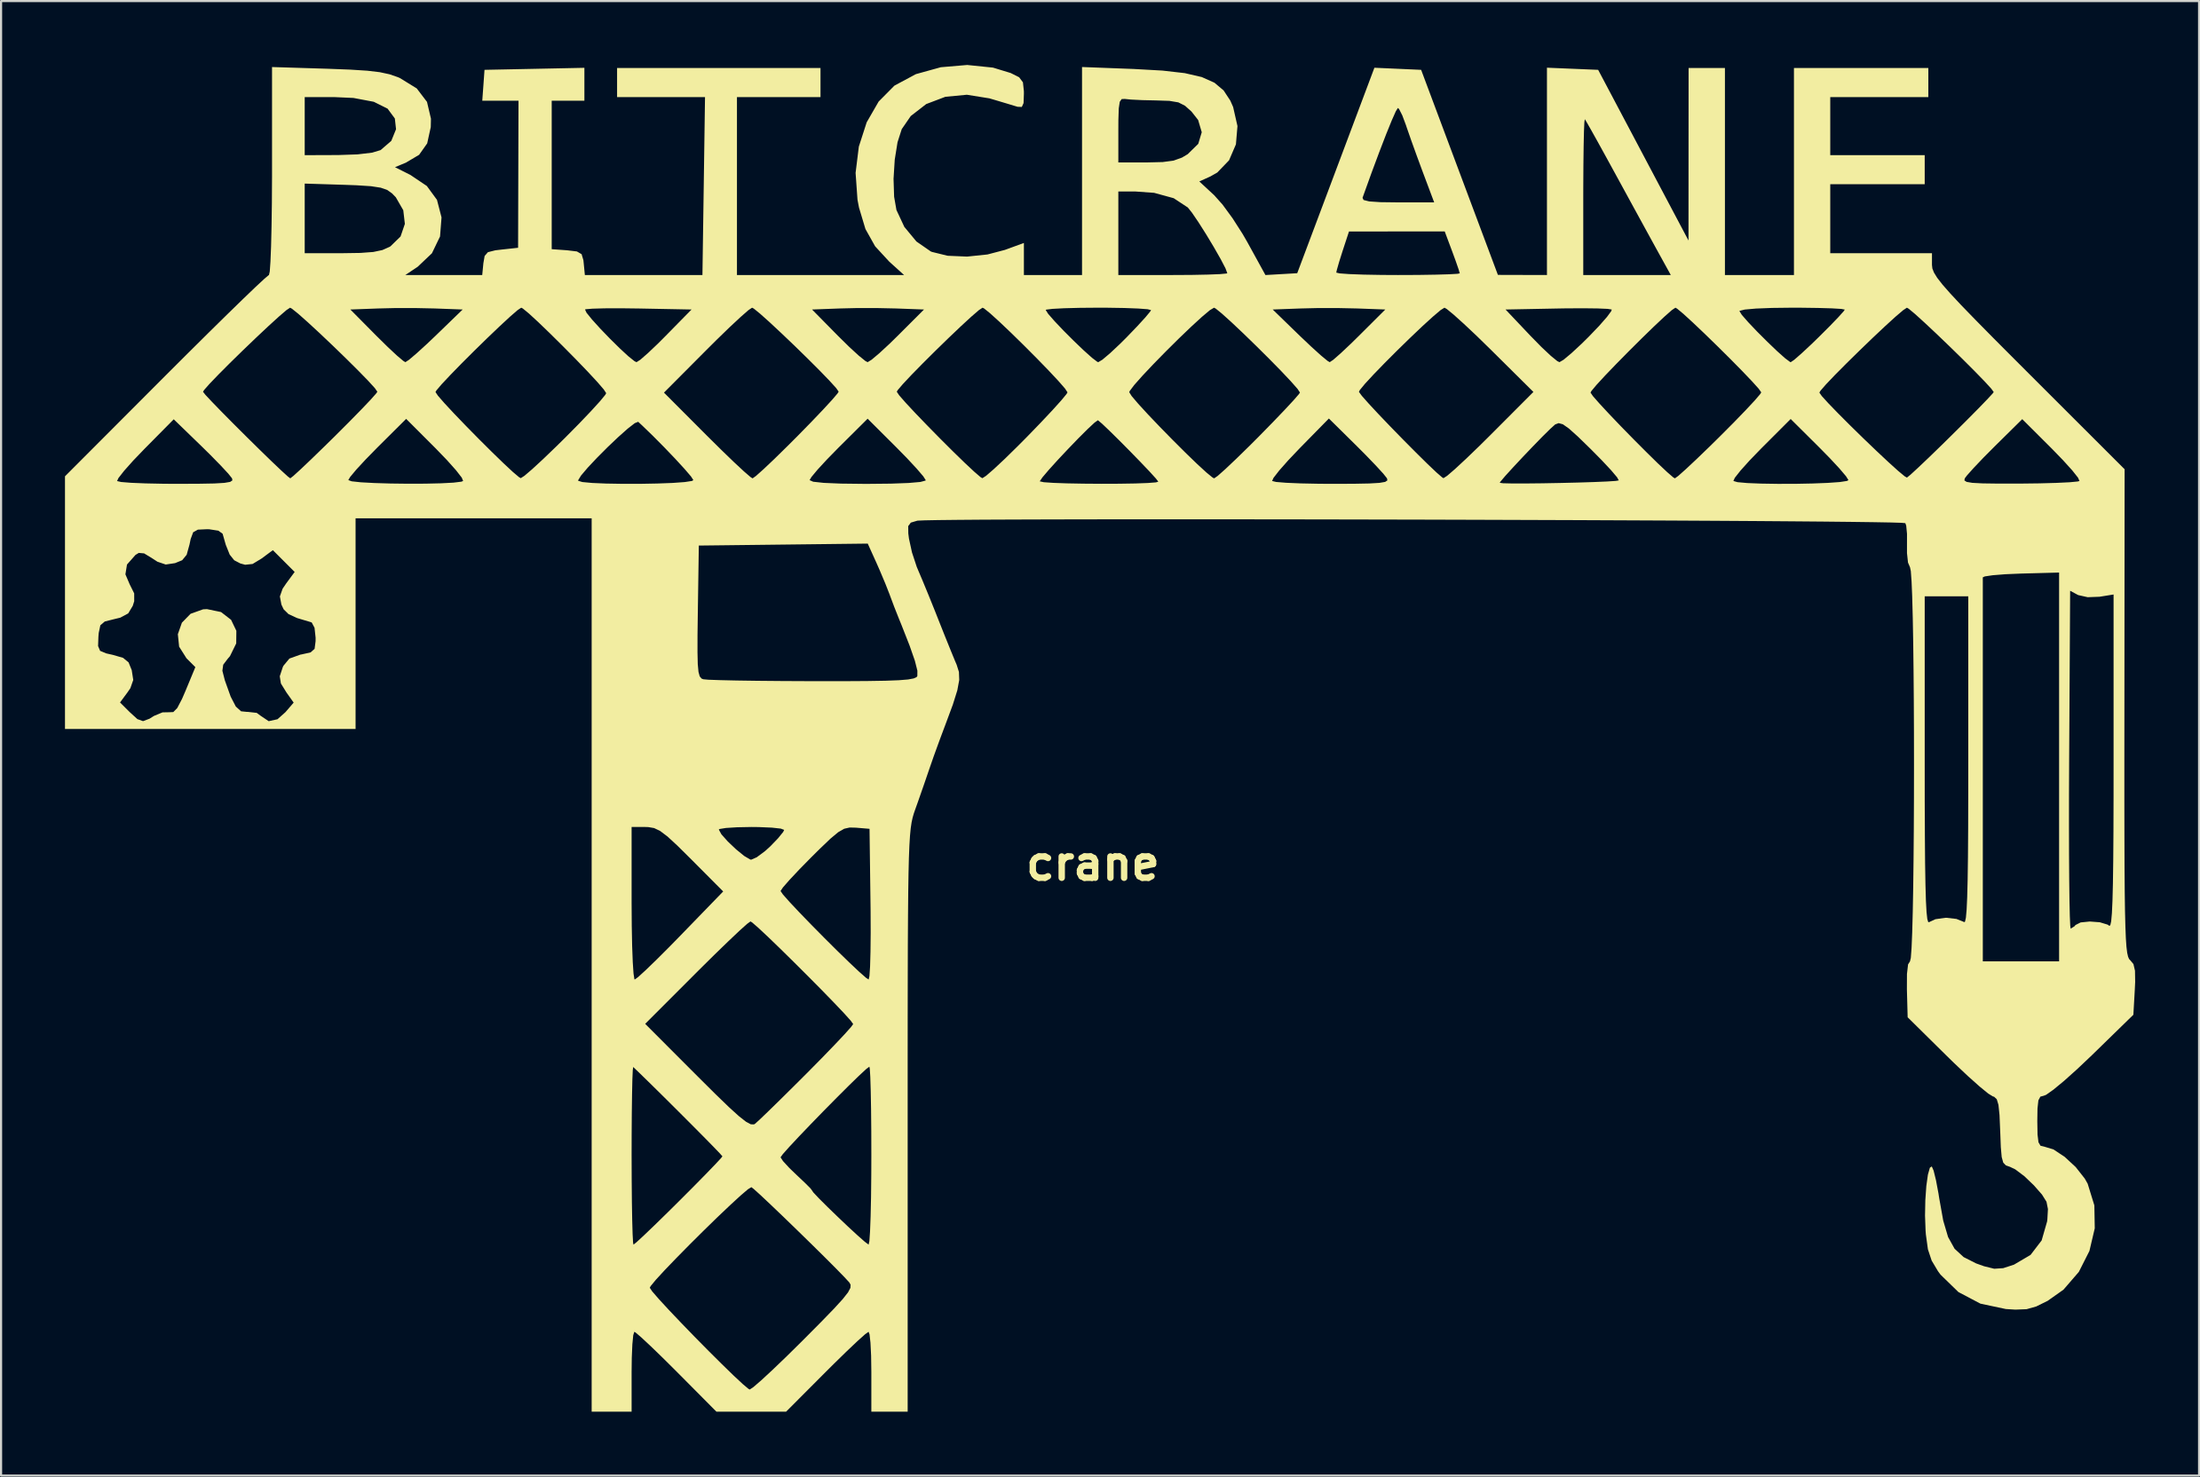
<source format=kicad_pcb>
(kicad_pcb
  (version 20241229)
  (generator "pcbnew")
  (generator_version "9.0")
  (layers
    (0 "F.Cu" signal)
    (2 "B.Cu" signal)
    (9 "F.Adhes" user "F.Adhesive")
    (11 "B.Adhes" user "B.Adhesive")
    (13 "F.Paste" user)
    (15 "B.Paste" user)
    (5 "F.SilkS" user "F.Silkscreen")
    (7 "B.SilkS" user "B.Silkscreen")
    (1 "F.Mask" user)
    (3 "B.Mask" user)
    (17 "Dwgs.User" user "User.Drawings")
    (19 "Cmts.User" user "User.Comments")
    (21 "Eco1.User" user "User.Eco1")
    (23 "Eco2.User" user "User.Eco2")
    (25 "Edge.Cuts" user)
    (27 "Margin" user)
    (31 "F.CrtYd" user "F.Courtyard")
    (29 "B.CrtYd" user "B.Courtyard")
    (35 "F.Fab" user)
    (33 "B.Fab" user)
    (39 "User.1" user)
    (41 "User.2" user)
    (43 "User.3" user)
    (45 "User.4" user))
  (footprint "crane"
    (layer "F.Cu")
    (at 48.243 37.476)
    (property "Reference" "crane" (at 0 0 0) (layer "F.SilkS") (effects (font (size 1.5 1.5) (thickness 0.3))))
    (attr board_only exclude_from_pos_files exclude_from_bom)
    (fp_poly (pts (xy -4.69 -37.352) (xy -3.858 -37.098) (xy -3.462 -36.899) (xy -3.284 -36.661) (xy -3.24 -36.247) (xy -3.239 -36.128) (xy -3.255 -35.686) (xy -3.337 -35.506) (xy -3.535 -35.513) (xy -3.622 -35.539) (xy -4.011 -35.657) (xy -4.563 -35.822) (xy -4.858 -35.909) (xy -5.916 -36.078) (xy -6.925 -35.982) (xy -7.824 -35.641) (xy -8.549 -35.079) (xy -8.973 -34.463) (xy -9.17 -33.848) (xy -9.301 -33.028) (xy -9.357 -32.132) (xy -9.33 -31.29) (xy -9.221 -30.668) (xy -8.849 -29.873) (xy -8.282 -29.189) (xy -7.614 -28.726) (xy -7.557 -28.701) (xy -6.819 -28.52) (xy -5.905 -28.481) (xy -4.947 -28.581) (xy -4.131 -28.795) (xy -3.239 -29.121) (xy -3.239 -28.369) (xy -3.239 -27.616) (xy -1.875 -27.616) (xy -0.511 -27.616) (xy -0.511 -31.537) (xy 1.193 -31.537) (xy 1.193 -29.577) (xy 1.193 -27.616) (xy 3.75 -27.616) (xy 4.64 -27.621) (xy 5.395 -27.636) (xy 5.957 -27.658) (xy 6.266 -27.686) (xy 6.307 -27.701) (xy 6.221 -27.931) (xy 5.995 -28.365) (xy 5.676 -28.924) (xy 5.314 -29.526) (xy 4.955 -30.092) (xy 4.648 -30.543) (xy 4.454 -30.786) (xy 3.791 -31.222) (xy 2.872 -31.474) (xy 2.003 -31.536) (xy 1.193 -31.537) (xy -0.511 -31.537) (xy -0.511 -32.498) (xy -0.511 -32.901) (xy 1.193 -32.901) (xy 2.532 -32.901) (xy 3.275 -32.919) (xy 3.789 -32.988) (xy 4.18 -33.129) (xy 4.45 -33.29) (xy 4.944 -33.774) (xy 5.108 -34.319) (xy 4.938 -34.894) (xy 4.627 -35.289) (xy 4.318 -35.565) (xy 4.01 -35.72) (xy 3.59 -35.791) (xy 2.954 -35.812) (xy 2.316 -35.826) (xy 1.786 -35.852) (xy 1.492 -35.882) (xy 1.349 -35.875) (xy 1.26 -35.748) (xy 1.213 -35.438) (xy 1.195 -34.885) (xy 1.193 -34.42) (xy 1.193 -32.901) (xy -0.511 -32.901) (xy -0.511 -37.38) (xy 1.918 -37.288) (xy 3.262 -37.213) (xy 4.311 -37.093) (xy 5.109 -36.909) (xy 5.702 -36.644) (xy 6.133 -36.282) (xy 6.447 -35.805) (xy 6.581 -35.502) (xy 6.784 -34.608) (xy 6.712 -33.75) (xy 6.389 -33) (xy 5.838 -32.428) (xy 5.511 -32.242) (xy 4.994 -32.009) (xy 5.693 -31.36) (xy 6.084 -30.922) (xy 6.552 -30.283) (xy 7.022 -29.55) (xy 7.245 -29.164) (xy 8.097 -27.615) (xy 8.843 -27.658) (xy 9.589 -27.701) (xy 9.599 -27.729) (xy 11.421 -27.729) (xy 11.583 -27.692) (xy 12.03 -27.66) (xy 12.707 -27.635) (xy 13.558 -27.62) (xy 14.319 -27.616) (xy 15.27 -27.62) (xy 16.09 -27.633) (xy 16.724 -27.651) (xy 17.115 -27.674) (xy 17.217 -27.695) (xy 17.162 -27.884) (xy 17.019 -28.295) (xy 16.864 -28.718) (xy 16.511 -29.662) (xy 14.265 -29.661) (xy 12.018 -29.659) (xy 11.72 -28.751) (xy 11.556 -28.233) (xy 11.448 -27.855) (xy 11.421 -27.729) (xy 9.599 -27.729) (xy 10.918 -31.239) (xy 12.654 -31.239) (xy 12.704 -31.137) (xy 12.968 -31.071) (xy 13.489 -31.036) (xy 14.297 -31.026) (xy 16.016 -31.026) (xy 15.488 -32.432) (xy 15.207 -33.193) (xy 14.936 -33.944) (xy 14.726 -34.547) (xy 14.693 -34.648) (xy 14.519 -35.112) (xy 14.37 -35.405) (xy 14.313 -35.458) (xy 14.217 -35.305) (xy 14.027 -34.877) (xy 13.761 -34.222) (xy 13.439 -33.386) (xy 13.078 -32.418) (xy 12.698 -31.363) (xy 12.654 -31.239) (xy 10.918 -31.239) (xy 11.4 -32.523) (xy 13.211 -37.346) (xy 14.307 -37.297) (xy 15.404 -37.248) (xy 17.205 -32.435) (xy 19.007 -27.622) (xy 20.158 -27.619) (xy 21.309 -27.616) (xy 23.013 -27.616) (xy 25.067 -27.616) (xy 27.121 -27.616) (xy 26.533 -28.682) (xy 26.247 -29.202) (xy 25.841 -29.943) (xy 25.359 -30.824) (xy 24.845 -31.766) (xy 24.552 -32.302) (xy 24.09 -33.146) (xy 23.685 -33.881) (xy 23.363 -34.457) (xy 23.154 -34.823) (xy 23.086 -34.93) (xy 23.065 -34.79) (xy 23.046 -34.356) (xy 23.031 -33.677) (xy 23.02 -32.801) (xy 23.014 -31.774) (xy 23.013 -31.31) (xy 23.013 -27.616) (xy 21.309 -27.616) (xy 21.309 -32.482) (xy 21.309 -37.348) (xy 22.51 -37.298) (xy 23.712 -37.248) (xy 24.749 -35.287) (xy 25.266 -34.311) (xy 25.861 -33.186) (xy 26.453 -32.067) (xy 26.869 -31.281) (xy 27.952 -29.236) (xy 27.954 -33.284) (xy 27.957 -37.333) (xy 28.809 -37.333) (xy 29.662 -37.333) (xy 29.662 -32.474) (xy 29.662 -27.616) (xy 31.281 -27.616) (xy 32.901 -27.616) (xy 32.901 -32.474) (xy 32.901 -37.333) (xy 36.054 -37.333) (xy 39.208 -37.333) (xy 39.208 -36.651) (xy 39.208 -35.969) (xy 36.907 -35.969) (xy 34.605 -35.969) (xy 34.605 -34.605) (xy 34.605 -33.242) (xy 36.821 -33.242) (xy 39.038 -33.242) (xy 39.038 -32.56) (xy 39.038 -31.878) (xy 36.821 -31.878) (xy 34.605 -31.878) (xy 34.605 -30.258) (xy 34.605 -28.639) (xy 36.992 -28.639) (xy 39.379 -28.639) (xy 39.379 -28.085) (xy 39.398 -27.922) (xy 39.472 -27.732) (xy 39.621 -27.49) (xy 39.869 -27.171) (xy 40.238 -26.75) (xy 40.751 -26.201) (xy 41.431 -25.5) (xy 42.298 -24.62) (xy 43.377 -23.538) (xy 43.9 -23.015) (xy 48.42 -18.499) (xy 48.41 -7.079) (xy 48.408 -4.816) (xy 48.408 -2.869) (xy 48.411 -1.216) (xy 48.416 0.17) (xy 48.425 1.311) (xy 48.438 2.232) (xy 48.456 2.958) (xy 48.478 3.512) (xy 48.506 3.918) (xy 48.541 4.201) (xy 48.583 4.385) (xy 48.631 4.494) (xy 48.682 4.548) (xy 48.834 4.729) (xy 48.907 5.042) (xy 48.915 5.568) (xy 48.898 5.932) (xy 48.831 7.109) (xy 46.882 9.01) (xy 46.199 9.657) (xy 45.582 10.21) (xy 45.077 10.627) (xy 44.735 10.868) (xy 44.627 10.91) (xy 44.466 10.953) (xy 44.373 11.129) (xy 44.331 11.51) (xy 44.322 12.103) (xy 44.333 12.734) (xy 44.377 13.095) (xy 44.473 13.258) (xy 44.638 13.297) (xy 45.077 13.429) (xy 45.603 13.776) (xy 46.125 14.259) (xy 46.551 14.801) (xy 46.686 15.04) (xy 47 16.058) (xy 47.019 17.133) (xy 46.769 18.196) (xy 46.272 19.179) (xy 45.552 20.013) (xy 44.806 20.54) (xy 44.27 20.804) (xy 43.818 20.931) (xy 43.291 20.951) (xy 42.844 20.923) (xy 41.652 20.67) (xy 40.62 20.126) (xy 39.779 19.308) (xy 39.66 19.146) (xy 39.364 18.649) (xy 39.189 18.123) (xy 39.093 17.426) (xy 39.079 17.249) (xy 39.053 16.538) (xy 39.067 15.813) (xy 39.114 15.148) (xy 39.188 14.616) (xy 39.28 14.29) (xy 39.37 14.229) (xy 39.456 14.426) (xy 39.567 14.876) (xy 39.683 15.494) (xy 39.719 15.723) (xy 39.907 16.772) (xy 40.134 17.542) (xy 40.44 18.093) (xy 40.865 18.485) (xy 41.45 18.781) (xy 41.822 18.914) (xy 42.3 19.032) (xy 42.721 19.005) (xy 43.226 18.841) (xy 44.005 18.383) (xy 44.526 17.703) (xy 44.784 16.806) (xy 44.795 16.702) (xy 44.821 16.229) (xy 44.753 15.886) (xy 44.541 15.548) (xy 44.166 15.121) (xy 43.717 14.69) (xy 43.289 14.368) (xy 43.044 14.25) (xy 42.849 14.182) (xy 42.724 14.051) (xy 42.651 13.789) (xy 42.61 13.326) (xy 42.582 12.592) (xy 42.581 12.572) (xy 42.549 11.817) (xy 42.499 11.338) (xy 42.419 11.074) (xy 42.296 10.959) (xy 42.238 10.943) (xy 42.018 10.808) (xy 41.61 10.474) (xy 41.061 9.984) (xy 40.423 9.382) (xy 40.09 9.057) (xy 38.237 7.227) (xy 38.202 5.915) (xy 38.205 5.194) (xy 38.257 4.745) (xy 38.347 4.603) (xy 38.386 4.439) (xy 38.421 3.971) (xy 38.451 3.239) (xy 38.477 2.278) (xy 38.498 1.128) (xy 38.514 -0.173) (xy 38.526 -1.59) (xy 38.533 -3.082) (xy 38.535 -4.613) (xy 38.533 -6.145) (xy 38.526 -7.641) (xy 38.514 -9.061) (xy 38.498 -10.369) (xy 38.477 -11.527) (xy 38.451 -12.496) (xy 38.45 -12.535) (xy 39.038 -12.535) (xy 39.038 -4.785) (xy 39.039 -2.885) (xy 39.046 -1.303) (xy 39.056 -0.018) (xy 39.073 0.995) (xy 39.095 1.756) (xy 39.124 2.289) (xy 39.16 2.616) (xy 39.204 2.76) (xy 39.242 2.762) (xy 39.541 2.624) (xy 40.001 2.558) (xy 40.06 2.557) (xy 40.528 2.611) (xy 40.856 2.742) (xy 40.879 2.762) (xy 40.929 2.74) (xy 40.971 2.553) (xy 41.005 2.177) (xy 41.032 1.589) (xy 41.053 0.767) (xy 41.068 -0.311) (xy 41.077 -1.668) (xy 41.082 -3.327) (xy 41.083 -4.785) (xy 41.083 -12.535) (xy 40.06 -12.535) (xy 39.038 -12.535) (xy 38.45 -12.535) (xy 38.421 -13.24) (xy 38.407 -13.424) (xy 41.764 -13.424) (xy 41.765 -13.234) (xy 41.765 -12.735) (xy 41.765 -11.959) (xy 41.765 -10.939) (xy 41.765 -9.706) (xy 41.765 -8.293) (xy 41.765 -6.731) (xy 41.765 -5.053) (xy 41.765 -4.347) (xy 41.765 4.603) (xy 43.555 4.603) (xy 45.345 4.603) (xy 45.345 -1.756) (xy 45.809 -1.756) (xy 45.812 -0.4) (xy 45.82 0.779) (xy 45.832 1.749) (xy 45.848 2.476) (xy 45.868 2.927) (xy 45.889 3.069) (xy 46.077 2.947) (xy 46.112 2.898) (xy 46.355 2.775) (xy 46.784 2.732) (xy 47.254 2.767) (xy 47.62 2.877) (xy 47.697 2.932) (xy 47.747 2.911) (xy 47.789 2.723) (xy 47.823 2.347) (xy 47.85 1.76) (xy 47.871 0.94) (xy 47.886 -0.135) (xy 47.896 -1.488) (xy 47.901 -3.142) (xy 47.902 -4.741) (xy 47.902 -12.619) (xy 47.243 -12.513) (xy 46.686 -12.492) (xy 46.243 -12.591) (xy 46.223 -12.601) (xy 45.863 -12.794) (xy 45.817 -4.863) (xy 45.81 -3.255) (xy 45.809 -1.756) (xy 45.345 -1.756) (xy 45.345 -4.523) (xy 45.345 -13.649) (xy 43.554 -13.601) (xy 42.819 -13.57) (xy 42.231 -13.523) (xy 41.859 -13.468) (xy 41.764 -13.424) (xy 38.407 -13.424) (xy 38.386 -13.72) (xy 38.348 -13.898) (xy 38.254 -14.117) (xy 38.206 -14.562) (xy 38.206 -14.93) (xy 38.207 -15.465) (xy 38.17 -15.85) (xy 38.128 -15.968) (xy 37.946 -15.984) (xy 37.447 -15.999) (xy 36.655 -16.013) (xy 35.594 -16.027) (xy 34.288 -16.041) (xy 32.761 -16.054) (xy 31.037 -16.067) (xy 29.14 -16.079) (xy 27.094 -16.09) (xy 24.923 -16.1) (xy 22.651 -16.11) (xy 20.301 -16.118) (xy 17.898 -16.126) (xy 15.467 -16.133) (xy 13.03 -16.138) (xy 10.611 -16.143) (xy 8.236 -16.146) (xy 5.927 -16.148) (xy 3.709 -16.149) (xy 1.606 -16.148) (xy -0.359 -16.146) (xy -2.161 -16.142) (xy -3.776 -16.137) (xy -5.181 -16.131) (xy -6.351 -16.122) (xy -7.262 -16.112) (xy -7.891 -16.1) (xy -8.214 -16.086) (xy -8.245 -16.082) (xy -8.546 -15.993) (xy -8.669 -15.829) (xy -8.664 -15.484) (xy -8.633 -15.241) (xy -8.492 -14.596) (xy -8.269 -13.919) (xy -8.208 -13.773) (xy -8.003 -13.29) (xy -7.719 -12.602) (xy -7.405 -11.824) (xy -7.246 -11.421) (xy -6.951 -10.679) (xy -6.679 -10.006) (xy -6.471 -9.499) (xy -6.393 -9.317) (xy -6.288 -8.983) (xy -6.274 -8.606) (xy -6.364 -8.119) (xy -6.572 -7.455) (xy -6.903 -6.563) (xy -7.187 -5.806) (xy -7.474 -5.016) (xy -7.677 -4.432) (xy -7.926 -3.705) (xy -8.207 -2.901) (xy -8.343 -2.519) (xy -8.407 -2.334) (xy -8.462 -2.142) (xy -8.51 -1.92) (xy -8.551 -1.643) (xy -8.585 -1.289) (xy -8.613 -0.833) (xy -8.636 -0.252) (xy -8.654 0.478) (xy -8.668 1.38) (xy -8.678 2.478) (xy -8.686 3.796) (xy -8.69 5.357) (xy -8.693 7.184) (xy -8.694 9.302) (xy -8.694 11.734) (xy -8.694 12.099) (xy -8.694 25.741) (xy -9.546 25.741) (xy -10.399 25.741) (xy -10.399 23.866) (xy -10.41 23.112) (xy -10.44 22.503) (xy -10.484 22.108) (xy -10.529 21.991) (xy -10.689 22.105) (xy -11.043 22.422) (xy -11.547 22.899) (xy -12.157 23.495) (xy -12.53 23.866) (xy -14.399 25.741) (xy -16.035 25.741) (xy -17.67 25.741) (xy -19.532 23.866) (xy -20.18 23.222) (xy -20.747 22.673) (xy -21.189 22.261) (xy -21.46 22.028) (xy -21.522 21.991) (xy -21.573 22.15) (xy -21.615 22.581) (xy -21.642 23.215) (xy -21.65 23.866) (xy -21.65 25.741) (xy -22.587 25.741) (xy -23.525 25.741) (xy -23.525 19.925) (xy -20.797 19.925) (xy -20.683 20.096) (xy -20.369 20.458) (xy -19.902 20.965) (xy -19.327 21.57) (xy -18.69 22.228) (xy -18.036 22.891) (xy -17.41 23.513) (xy -16.859 24.049) (xy -16.428 24.45) (xy -16.162 24.673) (xy -16.107 24.702) (xy -15.939 24.591) (xy -15.571 24.274) (xy -15.044 23.786) (xy -14.396 23.165) (xy -13.667 22.446) (xy -13.563 22.342) (xy -12.749 21.522) (xy -12.151 20.905) (xy -11.742 20.457) (xy -11.495 20.144) (xy -11.381 19.93) (xy -11.373 19.781) (xy -11.433 19.675) (xy -11.667 19.421) (xy -12.078 19) (xy -12.618 18.459) (xy -13.241 17.845) (xy -13.898 17.203) (xy -14.541 16.58) (xy -15.124 16.023) (xy -15.599 15.576) (xy -15.918 15.288) (xy -16.028 15.203) (xy -16.189 15.3) (xy -16.539 15.599) (xy -17.035 16.055) (xy -17.631 16.621) (xy -18.281 17.255) (xy -18.939 17.909) (xy -19.561 18.541) (xy -20.102 19.104) (xy -20.515 19.553) (xy -20.755 19.845) (xy -20.797 19.925) (xy -23.525 19.925) (xy -23.525 13.694) (xy -21.65 13.694) (xy -21.646 14.851) (xy -21.637 15.886) (xy -21.622 16.754) (xy -21.603 17.407) (xy -21.581 17.802) (xy -21.562 17.899) (xy -21.418 17.785) (xy -21.075 17.468) (xy -20.574 16.989) (xy -19.957 16.386) (xy -19.431 15.865) (xy -18.757 15.19) (xy -18.178 14.601) (xy -17.731 14.138) (xy -17.457 13.843) (xy -17.424 13.801) (xy -14.66 13.801) (xy -14.544 13.979) (xy -14.243 14.306) (xy -13.897 14.639) (xy -13.508 15.006) (xy -13.254 15.261) (xy -13.194 15.342) (xy -13.122 15.448) (xy -12.859 15.728) (xy -12.461 16.125) (xy -11.989 16.582) (xy -11.502 17.045) (xy -11.058 17.455) (xy -10.716 17.757) (xy -10.536 17.894) (xy -10.527 17.897) (xy -10.491 17.735) (xy -10.46 17.278) (xy -10.433 16.572) (xy -10.413 15.664) (xy -10.402 14.599) (xy -10.399 13.723) (xy -10.402 12.57) (xy -10.412 11.539) (xy -10.428 10.677) (xy -10.448 10.028) (xy -10.472 9.639) (xy -10.492 9.546) (xy -10.645 9.662) (xy -10.984 9.977) (xy -11.462 10.442) (xy -12.03 11.009) (xy -12.641 11.628) (xy -13.247 12.251) (xy -13.799 12.828) (xy -14.251 13.312) (xy -14.554 13.653) (xy -14.66 13.801) (xy -17.424 13.801) (xy -17.388 13.756) (xy -17.502 13.625) (xy -17.812 13.302) (xy -18.274 12.831) (xy -18.841 12.26) (xy -19.467 11.633) (xy -20.105 10.998) (xy -20.711 10.4) (xy -21.238 9.885) (xy -21.575 9.561) (xy -21.595 9.703) (xy -21.614 10.142) (xy -21.629 10.832) (xy -21.641 11.728) (xy -21.648 12.785) (xy -21.65 13.694) (xy -23.525 13.694) (xy -23.525 7.536) (xy -21.013 7.536) (xy -18.57 9.983) (xy -17.723 10.825) (xy -17.08 11.447) (xy -16.609 11.874) (xy -16.277 12.134) (xy -16.054 12.252) (xy -15.907 12.256) (xy -15.863 12.231) (xy -15.661 12.05) (xy -15.263 11.669) (xy -14.713 11.132) (xy -14.056 10.482) (xy -13.424 9.852) (xy -12.729 9.148) (xy -12.126 8.524) (xy -11.653 8.022) (xy -11.349 7.681) (xy -11.251 7.546) (xy -11.366 7.387) (xy -11.682 7.036) (xy -12.153 6.54) (xy -12.733 5.943) (xy -13.379 5.291) (xy -14.044 4.628) (xy -14.682 4) (xy -15.25 3.452) (xy -15.701 3.03) (xy -15.991 2.778) (xy -16.072 2.728) (xy -16.229 2.843) (xy -16.587 3.164) (xy -17.107 3.656) (xy -17.751 4.28) (xy -18.48 5.001) (xy -18.611 5.132) (xy -21.013 7.536) (xy -23.525 7.536) (xy -23.525 4.773) (xy -23.525 -1.705) (xy -21.65 -1.705) (xy -21.65 1.875) (xy -21.643 2.938) (xy -21.625 3.876) (xy -21.596 4.638) (xy -21.56 5.175) (xy -21.519 5.437) (xy -21.504 5.455) (xy -21.343 5.338) (xy -20.989 5.015) (xy -20.483 4.526) (xy -19.868 3.912) (xy -19.356 3.388) (xy -17.352 1.321) (xy -17.373 1.3) (xy -14.66 1.3) (xy -14.546 1.465) (xy -14.234 1.817) (xy -13.774 2.307) (xy -13.214 2.885) (xy -12.605 3.502) (xy -11.995 4.109) (xy -11.432 4.656) (xy -10.966 5.095) (xy -10.645 5.377) (xy -10.526 5.455) (xy -10.488 5.293) (xy -10.458 4.84) (xy -10.439 4.147) (xy -10.43 3.262) (xy -10.434 2.238) (xy -10.438 1.918) (xy -10.484 -1.619) (xy -11.128 -1.673) (xy -11.417 -1.68) (xy -11.672 -1.623) (xy -11.954 -1.461) (xy -12.319 -1.157) (xy -12.829 -0.669) (xy -13.216 -0.285) (xy -13.777 0.286) (xy -14.237 0.776) (xy -14.547 1.131) (xy -14.66 1.3) (xy -17.373 1.3) (xy -18.858 -0.192) (xy -19.501 -0.829) (xy -19.966 -1.258) (xy -20.312 -1.519) (xy -20.447 -1.584) (xy -17.558 -1.584) (xy -17.437 -1.363) (xy -17.136 -1.025) (xy -16.748 -0.657) (xy -16.367 -0.346) (xy -16.086 -0.18) (xy -16.039 -0.17) (xy -15.779 -0.283) (xy -15.392 -0.57) (xy -15.136 -0.802) (xy -14.773 -1.18) (xy -14.538 -1.47) (xy -14.49 -1.569) (xy -14.648 -1.629) (xy -15.07 -1.675) (xy -15.682 -1.701) (xy -16.024 -1.705) (xy -16.7 -1.692) (xy -17.224 -1.659) (xy -17.52 -1.611) (xy -17.558 -1.584) (xy -20.447 -1.584) (xy -20.594 -1.654) (xy -20.869 -1.701) (xy -21.007 -1.705) (xy -21.65 -1.705) (xy -23.525 -1.705) (xy -23.525 -9.907) (xy -18.558 -9.907) (xy -18.545 -9.346) (xy -18.511 -8.984) (xy -18.454 -8.776) (xy -18.369 -8.674) (xy -18.287 -8.64) (xy -18.043 -8.618) (xy -17.504 -8.599) (xy -16.718 -8.581) (xy -15.731 -8.567) (xy -14.589 -8.557) (xy -13.338 -8.551) (xy -13.16 -8.551) (xy -11.723 -8.55) (xy -10.591 -8.557) (xy -9.729 -8.571) (xy -9.102 -8.595) (xy -8.674 -8.63) (xy -8.411 -8.679) (xy -8.275 -8.742) (xy -8.24 -8.791) (xy -8.238 -9.043) (xy -8.356 -9.509) (xy -8.603 -10.218) (xy -8.988 -11.198) (xy -9.114 -11.507) (xy -9.325 -12.039) (xy -9.538 -12.608) (xy -9.54 -12.615) (xy -9.738 -13.12) (xy -10.004 -13.752) (xy -10.162 -14.11) (xy -10.568 -15.008) (xy -14.532 -14.962) (xy -18.496 -14.916) (xy -18.542 -11.818) (xy -18.557 -10.716) (xy -18.558 -9.907) (xy -23.525 -9.907) (xy -23.525 -16.195) (xy -29.065 -16.195) (xy -34.605 -16.195) (xy -34.605 -11.251) (xy -34.605 -6.307) (xy -41.424 -6.307) (xy -48.243 -6.307) (xy -48.243 -10.199) (xy -46.69 -10.199) (xy -46.595 -9.974) (xy -46.303 -9.853) (xy -45.999 -9.785) (xy -45.518 -9.646) (xy -45.259 -9.433) (xy -45.111 -9.07) (xy -45.039 -8.607) (xy -45.174 -8.222) (xy -45.305 -8.03) (xy -45.659 -7.551) (xy -45.207 -7.1) (xy -44.846 -6.77) (xy -44.579 -6.674) (xy -44.274 -6.789) (xy -44.069 -6.918) (xy -43.665 -7.086) (xy -43.35 -7.092) (xy -43.16 -7.1) (xy -42.974 -7.289) (xy -42.751 -7.716) (xy -42.584 -8.102) (xy -42.125 -9.209) (xy -42.542 -9.626) (xy -42.886 -10.17) (xy -42.946 -10.755) (xy -42.756 -11.296) (xy -42.349 -11.713) (xy -41.762 -11.923) (xy -41.582 -11.933) (xy -40.919 -11.795) (xy -40.448 -11.431) (xy -40.2 -10.915) (xy -40.207 -10.322) (xy -40.5 -9.725) (xy -40.605 -9.602) (xy -40.817 -9.322) (xy -40.856 -9.039) (xy -40.743 -8.599) (xy -40.737 -8.579) (xy -40.467 -7.825) (xy -40.226 -7.36) (xy -39.979 -7.136) (xy -39.693 -7.107) (xy -39.674 -7.11) (xy -39.244 -7.062) (xy -39.049 -6.918) (xy -38.682 -6.672) (xy -38.27 -6.763) (xy -37.896 -7.096) (xy -37.511 -7.544) (xy -37.848 -8.018) (xy -38.11 -8.442) (xy -38.163 -8.78) (xy -38.026 -9.197) (xy -37.993 -9.271) (xy -37.71 -9.612) (xy -37.2 -9.795) (xy -37.14 -9.806) (xy -36.715 -9.901) (xy -36.528 -10.069) (xy -36.482 -10.427) (xy -36.481 -10.589) (xy -36.531 -11.056) (xy -36.663 -11.304) (xy -36.694 -11.318) (xy -37.352 -11.514) (xy -37.754 -11.7) (xy -37.982 -11.925) (xy -38.087 -12.148) (xy -38.157 -12.528) (xy -38.031 -12.888) (xy -37.857 -13.145) (xy -37.464 -13.677) (xy -37.975 -14.188) (xy -38.487 -14.7) (xy -39.019 -14.306) (xy -39.438 -14.052) (xy -39.787 -14.015) (xy -40.016 -14.077) (xy -40.301 -14.226) (xy -40.512 -14.49) (xy -40.696 -14.949) (xy -40.845 -15.47) (xy -41.043 -15.614) (xy -41.479 -15.681) (xy -41.579 -15.683) (xy -42.007 -15.663) (xy -42.227 -15.54) (xy -42.345 -15.221) (xy -42.399 -14.964) (xy -42.532 -14.484) (xy -42.744 -14.227) (xy -43.078 -14.091) (xy -43.516 -14.026) (xy -43.905 -14.158) (xy -44.145 -14.314) (xy -44.528 -14.548) (xy -44.78 -14.571) (xy -44.934 -14.477) (xy -45.333 -14.025) (xy -45.407 -13.566) (xy -45.207 -13.098) (xy -44.995 -12.671) (xy -44.994 -12.303) (xy -45.062 -12.087) (xy -45.275 -11.732) (xy -45.647 -11.532) (xy -45.935 -11.462) (xy -46.376 -11.351) (xy -46.583 -11.174) (xy -46.66 -10.812) (xy -46.675 -10.633) (xy -46.69 -10.199) (xy -48.243 -10.199) (xy -48.243 -12.237) (xy -48.243 -17.944) (xy -45.799 -17.944) (xy -45.609 -17.9) (xy -45.139 -17.862) (xy -44.446 -17.834) (xy -43.59 -17.817) (xy -42.991 -17.814) (xy -41.965 -17.818) (xy -41.236 -17.831) (xy -40.76 -17.859) (xy -40.491 -17.905) (xy -40.387 -17.975) (xy -40.389 -17.989) (xy -34.946 -17.989) (xy -34.787 -17.932) (xy -34.358 -17.886) (xy -33.727 -17.852) (xy -32.966 -17.829) (xy -32.143 -17.819) (xy -31.329 -17.822) (xy -30.595 -17.839) (xy -30.008 -17.87) (xy -29.641 -17.915) (xy -29.557 -17.948) (xy -29.571 -17.982) (xy -24.159 -17.982) (xy -24.156 -17.956) (xy -23.961 -17.898) (xy -23.503 -17.855) (xy -22.852 -17.827) (xy -22.079 -17.814) (xy -21.253 -17.814) (xy -20.444 -17.829) (xy -19.722 -17.856) (xy -19.157 -17.897) (xy -18.817 -17.949) (xy -18.756 -17.987) (xy -13.297 -17.987) (xy -13.129 -17.913) (xy -12.634 -17.859) (xy -11.825 -17.825) (xy -10.717 -17.812) (xy -10.569 -17.812) (xy -9.481 -17.823) (xy -8.649 -17.854) (xy -8.098 -17.902) (xy -7.96 -17.939) (xy -2.491 -17.939) (xy -2.49 -17.93) (xy -2.307 -17.89) (xy -1.858 -17.859) (xy -1.211 -17.836) (xy -0.435 -17.822) (xy 0.4 -17.816) (xy 1.226 -17.819) (xy 1.975 -17.831) (xy 2.576 -17.853) (xy 2.962 -17.883) (xy 3.068 -17.915) (xy 3.045 -17.947) (xy 8.409 -17.947) (xy 8.599 -17.902) (xy 9.07 -17.863) (xy 9.764 -17.834) (xy 10.62 -17.817) (xy 11.218 -17.814) (xy 12.244 -17.817) (xy 12.973 -17.831) (xy 13.449 -17.859) (xy 13.467 -17.862) (xy 19.093 -17.862) (xy 19.252 -17.841) (xy 19.682 -17.831) (xy 20.317 -17.831) (xy 21.086 -17.839) (xy 21.921 -17.854) (xy 22.753 -17.874) (xy 23.513 -17.898) (xy 24.134 -17.924) (xy 24.493 -17.948) (xy 30.058 -17.948) (xy 30.252 -17.892) (xy 30.709 -17.851) (xy 31.359 -17.825) (xy 32.131 -17.813) (xy 32.957 -17.814) (xy 33.766 -17.83) (xy 34.488 -17.858) (xy 35.053 -17.898) (xy 35.392 -17.95) (xy 35.432 -17.973) (xy 40.901 -17.973) (xy 41.006 -17.905) (xy 41.275 -17.86) (xy 41.753 -17.835) (xy 42.485 -17.825) (xy 43.484 -17.825) (xy 44.412 -17.836) (xy 45.217 -17.858) (xy 45.839 -17.888) (xy 46.217 -17.924) (xy 46.302 -17.947) (xy 46.233 -18.103) (xy 45.962 -18.445) (xy 45.532 -18.92) (xy 45.015 -19.454) (xy 43.616 -20.85) (xy 42.338 -19.588) (xy 41.792 -19.039) (xy 41.334 -18.557) (xy 41.02 -18.206) (xy 40.918 -18.07) (xy 40.901 -17.973) (xy 35.432 -17.973) (xy 35.458 -17.989) (xy 35.343 -18.172) (xy 35.033 -18.537) (xy 34.576 -19.028) (xy 34.103 -19.51) (xy 32.748 -20.857) (xy 31.361 -19.47) (xy 30.821 -18.912) (xy 30.394 -18.437) (xy 30.126 -18.097) (xy 30.058 -17.948) (xy 24.493 -17.948) (xy 24.546 -17.952) (xy 24.68 -17.975) (xy 24.6 -18.12) (xy 24.32 -18.452) (xy 23.883 -18.919) (xy 23.374 -19.435) (xy 22.764 -20.029) (xy 22.341 -20.409) (xy 22.056 -20.609) (xy 21.859 -20.663) (xy 21.702 -20.605) (xy 21.683 -20.591) (xy 21.47 -20.399) (xy 21.107 -20.041) (xy 20.655 -19.577) (xy 20.172 -19.071) (xy 19.718 -18.585) (xy 19.35 -18.181) (xy 19.13 -17.921) (xy 19.093 -17.862) (xy 13.467 -17.862) (xy 13.716 -17.905) (xy 13.82 -17.974) (xy 13.803 -18.07) (xy 13.628 -18.291) (xy 13.265 -18.687) (xy 12.774 -19.196) (xy 12.368 -19.603) (xy 11.075 -20.88) (xy 9.701 -19.48) (xy 9.166 -18.917) (xy 8.743 -18.438) (xy 8.477 -18.096) (xy 8.409 -17.947) (xy 3.045 -17.947) (xy 2.956 -18.063) (xy 2.659 -18.39) (xy 2.234 -18.836) (xy 1.741 -19.343) (xy 1.237 -19.852) (xy 0.78 -20.302) (xy 0.43 -20.635) (xy 0.244 -20.792) (xy 0.231 -20.797) (xy 0.072 -20.683) (xy -0.253 -20.379) (xy -0.687 -19.946) (xy -1.172 -19.443) (xy -1.652 -18.932) (xy -2.07 -18.47) (xy -2.368 -18.119) (xy -2.491 -17.939) (xy -7.96 -17.939) (xy -7.856 -17.967) (xy -7.846 -17.985) (xy -7.962 -18.167) (xy -8.274 -18.531) (xy -8.731 -19.023) (xy -9.212 -19.513) (xy -10.573 -20.871) (xy -11.935 -19.517) (xy -12.48 -18.96) (xy -12.921 -18.482) (xy -13.209 -18.136) (xy -13.297 -17.987) (xy -18.756 -17.987) (xy -18.752 -17.989) (xy -18.864 -18.162) (xy -19.166 -18.514) (xy -19.601 -18.988) (xy -20.115 -19.525) (xy -20.653 -20.068) (xy -21.159 -20.557) (xy -21.341 -20.726) (xy -21.503 -20.661) (xy -21.836 -20.402) (xy -22.281 -20.006) (xy -22.782 -19.53) (xy -23.278 -19.032) (xy -23.712 -18.57) (xy -24.025 -18.201) (xy -24.159 -17.982) (xy -29.571 -17.982) (xy -29.623 -18.107) (xy -29.891 -18.451) (xy -30.318 -18.93) (xy -30.834 -19.465) (xy -32.231 -20.863) (xy -33.588 -19.513) (xy -34.132 -18.957) (xy -34.573 -18.48) (xy -34.86 -18.136) (xy -34.946 -17.989) (xy -40.389 -17.989) (xy -40.402 -18.07) (xy -40.577 -18.29) (xy -40.942 -18.683) (xy -41.436 -19.187) (xy -41.84 -19.584) (xy -43.139 -20.843) (xy -44.509 -19.458) (xy -45.045 -18.9) (xy -45.467 -18.426) (xy -45.732 -18.088) (xy -45.799 -17.944) (xy -48.243 -17.944) (xy -48.243 -18.167) (xy -44.284 -22.135) (xy -41.765 -22.135) (xy -41.651 -21.99) (xy -41.339 -21.657) (xy -40.881 -21.185) (xy -40.324 -20.622) (xy -39.718 -20.018) (xy -39.112 -19.421) (xy -38.555 -18.879) (xy -38.095 -18.442) (xy -37.783 -18.157) (xy -37.67 -18.072) (xy -37.525 -18.185) (xy -37.18 -18.499) (xy -36.679 -18.975) (xy -36.063 -19.573) (xy -35.581 -20.046) (xy -34.914 -20.713) (xy -34.341 -21.298) (xy -33.903 -21.758) (xy -33.641 -22.053) (xy -33.593 -22.122) (xy -30.855 -22.122) (xy -30.74 -21.951) (xy -30.429 -21.594) (xy -29.971 -21.102) (xy -29.416 -20.525) (xy -28.815 -19.914) (xy -28.216 -19.318) (xy -27.67 -18.788) (xy -27.226 -18.374) (xy -26.934 -18.127) (xy -26.852 -18.08) (xy -26.68 -18.191) (xy -26.313 -18.505) (xy -25.798 -18.98) (xy -25.177 -19.577) (xy -24.763 -19.985) (xy -24.11 -20.646) (xy -23.552 -21.231) (xy -23.131 -21.694) (xy -22.887 -21.99) (xy -22.843 -22.07) (xy -22.86 -22.096) (xy -20.131 -22.096) (xy -18.123 -20.083) (xy -17.447 -19.414) (xy -16.852 -18.839) (xy -16.378 -18.398) (xy -16.07 -18.132) (xy -15.973 -18.07) (xy -15.812 -18.185) (xy -15.455 -18.504) (xy -14.947 -18.985) (xy -14.331 -19.589) (xy -13.882 -20.038) (xy -13.227 -20.707) (xy -12.665 -21.296) (xy -12.237 -21.761) (xy -11.984 -22.058) (xy -11.936 -22.136) (xy -9.205 -22.136) (xy -9.091 -21.967) (xy -8.78 -21.612) (xy -8.322 -21.121) (xy -7.767 -20.545) (xy -7.165 -19.932) (xy -6.566 -19.335) (xy -6.018 -18.802) (xy -5.571 -18.384) (xy -5.276 -18.13) (xy -5.188 -18.078) (xy -5.013 -18.191) (xy -4.646 -18.509) (xy -4.131 -18.991) (xy -3.515 -19.595) (xy -3.1 -20.013) (xy -2.453 -20.682) (xy -1.9 -21.27) (xy -1.482 -21.734) (xy -1.238 -22.03) (xy -1.193 -22.108) (xy -1.197 -22.114) (xy 1.705 -22.114) (xy 1.82 -21.932) (xy 2.131 -21.567) (xy 2.59 -21.067) (xy 3.145 -20.485) (xy 3.746 -19.871) (xy 4.344 -19.275) (xy 4.888 -18.749) (xy 5.329 -18.344) (xy 5.616 -18.109) (xy 5.691 -18.071) (xy 5.856 -18.186) (xy 6.215 -18.505) (xy 6.724 -18.986) (xy 7.341 -19.589) (xy 7.779 -20.027) (xy 8.432 -20.694) (xy 8.992 -21.278) (xy 9.417 -21.736) (xy 9.667 -22.024) (xy 9.717 -22.1) (xy 9.697 -22.13) (xy 12.485 -22.13) (xy 12.623 -21.942) (xy 12.951 -21.572) (xy 13.418 -21.07) (xy 13.976 -20.487) (xy 14.575 -19.873) (xy 15.165 -19.279) (xy 15.697 -18.754) (xy 16.122 -18.35) (xy 16.391 -18.117) (xy 16.453 -18.079) (xy 16.625 -18.191) (xy 16.992 -18.507) (xy 17.511 -18.988) (xy 18.139 -19.593) (xy 18.65 -20.099) (xy 20.643 -22.097) (xy 23.354 -22.097) (xy 23.468 -21.93) (xy 23.778 -21.577) (xy 24.233 -21.087) (xy 24.783 -20.511) (xy 25.38 -19.901) (xy 25.973 -19.306) (xy 26.513 -18.776) (xy 26.951 -18.364) (xy 27.236 -18.117) (xy 27.314 -18.071) (xy 27.471 -18.185) (xy 27.825 -18.5) (xy 28.333 -18.976) (xy 28.952 -19.573) (xy 29.402 -20.016) (xy 30.064 -20.68) (xy 30.63 -21.265) (xy 31.061 -21.727) (xy 31.315 -22.024) (xy 31.36 -22.097) (xy 34.094 -22.097) (xy 34.209 -21.933) (xy 34.523 -21.588) (xy 34.985 -21.111) (xy 35.545 -20.55) (xy 36.155 -19.953) (xy 36.765 -19.368) (xy 37.324 -18.844) (xy 37.784 -18.428) (xy 38.095 -18.169) (xy 38.203 -18.107) (xy 38.365 -18.237) (xy 38.724 -18.567) (xy 39.238 -19.055) (xy 39.861 -19.659) (xy 40.308 -20.099) (xy 40.97 -20.757) (xy 41.537 -21.329) (xy 41.968 -21.775) (xy 42.224 -22.051) (xy 42.277 -22.122) (xy 42.16 -22.283) (xy 41.844 -22.628) (xy 41.379 -23.106) (xy 40.816 -23.669) (xy 40.204 -24.267) (xy 39.596 -24.851) (xy 39.04 -25.372) (xy 38.589 -25.782) (xy 38.291 -26.03) (xy 38.203 -26.082) (xy 38.031 -25.968) (xy 37.67 -25.661) (xy 37.173 -25.208) (xy 36.59 -24.659) (xy 35.971 -24.062) (xy 35.366 -23.468) (xy 34.827 -22.925) (xy 34.404 -22.481) (xy 34.148 -22.187) (xy 34.094 -22.097) (xy 31.36 -22.097) (xy 31.366 -22.108) (xy 31.25 -22.274) (xy 30.936 -22.624) (xy 30.474 -23.108) (xy 29.915 -23.676) (xy 29.308 -24.278) (xy 28.705 -24.865) (xy 28.155 -25.387) (xy 27.71 -25.794) (xy 27.558 -25.92) (xy 30.344 -25.92) (xy 30.458 -25.74) (xy 30.759 -25.397) (xy 31.178 -24.956) (xy 31.651 -24.484) (xy 32.109 -24.045) (xy 32.488 -23.707) (xy 32.721 -23.534) (xy 32.751 -23.525) (xy 32.915 -23.637) (xy 33.262 -23.94) (xy 33.735 -24.381) (xy 34.078 -24.715) (xy 34.589 -25.225) (xy 34.993 -25.645) (xy 35.238 -25.919) (xy 35.287 -25.993) (xy 35.127 -26.024) (xy 34.685 -26.051) (xy 34.023 -26.07) (xy 33.199 -26.081) (xy 32.815 -26.082) (xy 31.87 -26.071) (xy 31.113 -26.041) (xy 30.592 -25.995) (xy 30.354 -25.936) (xy 30.344 -25.92) (xy 27.558 -25.92) (xy 27.419 -26.036) (xy 27.338 -26.082) (xy 27.168 -25.967) (xy 26.814 -25.654) (xy 26.326 -25.195) (xy 25.754 -24.639) (xy 25.149 -24.037) (xy 24.56 -23.439) (xy 24.038 -22.896) (xy 23.633 -22.456) (xy 23.396 -22.172) (xy 23.354 -22.097) (xy 20.643 -22.097) (xy 20.673 -22.128) (xy 18.68 -24.105) (xy 18.002 -24.767) (xy 17.399 -25.334) (xy 16.917 -25.767) (xy 16.636 -25.997) (xy 19.366 -25.997) (xy 20.536 -24.761) (xy 21.05 -24.237) (xy 21.489 -23.824) (xy 21.796 -23.574) (xy 21.896 -23.525) (xy 22.09 -23.639) (xy 22.459 -23.947) (xy 22.941 -24.394) (xy 23.264 -24.713) (xy 23.755 -25.225) (xy 24.125 -25.647) (xy 24.328 -25.923) (xy 24.349 -25.997) (xy 24.153 -26.027) (xy 23.68 -26.047) (xy 22.993 -26.055) (xy 22.156 -26.05) (xy 21.81 -26.044) (xy 19.366 -25.997) (xy 16.636 -25.997) (xy 16.599 -26.026) (xy 16.499 -26.082) (xy 16.318 -25.969) (xy 15.956 -25.662) (xy 15.461 -25.211) (xy 14.886 -24.664) (xy 14.278 -24.071) (xy 13.688 -23.48) (xy 13.166 -22.941) (xy 12.762 -22.503) (xy 12.525 -22.214) (xy 12.485 -22.13) (xy 9.697 -22.13) (xy 9.6 -22.275) (xy 9.285 -22.632) (xy 8.822 -23.122) (xy 8.261 -23.694) (xy 7.652 -24.298) (xy 7.048 -24.885) (xy 6.497 -25.405) (xy 6.051 -25.807) (xy 5.817 -25.997) (xy 8.438 -25.997) (xy 9.711 -24.761) (xy 10.251 -24.249) (xy 10.703 -23.84) (xy 11.012 -23.585) (xy 11.114 -23.525) (xy 11.282 -23.638) (xy 11.631 -23.944) (xy 12.106 -24.391) (xy 12.483 -24.761) (xy 13.723 -25.997) (xy 12.402 -26.046) (xy 11.508 -26.065) (xy 10.512 -26.064) (xy 9.759 -26.046) (xy 8.438 -25.997) (xy 5.817 -25.997) (xy 5.761 -26.042) (xy 5.684 -26.082) (xy 5.49 -25.966) (xy 5.115 -25.651) (xy 4.61 -25.188) (xy 4.027 -24.629) (xy 3.417 -24.024) (xy 2.831 -23.425) (xy 2.319 -22.882) (xy 1.934 -22.447) (xy 1.727 -22.171) (xy 1.705 -22.114) (xy -1.197 -22.114) (xy -1.309 -22.286) (xy -1.623 -22.646) (xy -2.084 -23.139) (xy -2.642 -23.713) (xy -3.246 -24.319) (xy -3.845 -24.906) (xy -4.39 -25.424) (xy -4.828 -25.821) (xy -5.019 -25.975) (xy -2.216 -25.975) (xy -2.101 -25.794) (xy -1.799 -25.449) (xy -1.377 -25.004) (xy -0.899 -24.526) (xy -0.432 -24.079) (xy -0.041 -23.729) (xy 0.208 -23.54) (xy 0.251 -23.525) (xy 0.443 -23.64) (xy 0.808 -23.948) (xy 1.285 -24.396) (xy 1.581 -24.691) (xy 2.074 -25.204) (xy 2.461 -25.627) (xy 2.689 -25.902) (xy 2.728 -25.97) (xy 2.567 -26.01) (xy 2.126 -26.043) (xy 1.463 -26.068) (xy 0.639 -26.081) (xy 0.256 -26.082) (xy -0.618 -26.075) (xy -1.356 -26.056) (xy -1.899 -26.027) (xy -2.186 -25.992) (xy -2.216 -25.975) (xy -5.019 -25.975) (xy -5.11 -26.048) (xy -5.179 -26.082) (xy -5.351 -25.968) (xy -5.709 -25.659) (xy -6.203 -25.204) (xy -6.781 -24.654) (xy -7.393 -24.058) (xy -7.988 -23.466) (xy -8.515 -22.928) (xy -8.924 -22.492) (xy -9.164 -22.21) (xy -9.205 -22.136) (xy -11.936 -22.136) (xy -11.933 -22.141) (xy -12.05 -22.309) (xy -12.367 -22.658) (xy -12.833 -23.14) (xy -13.398 -23.704) (xy -14.01 -24.302) (xy -14.619 -24.883) (xy -15.173 -25.4) (xy -15.622 -25.801) (xy -15.863 -25.997) (xy -13.181 -25.997) (xy -11.964 -24.761) (xy -11.437 -24.242) (xy -10.989 -23.831) (xy -10.677 -23.579) (xy -10.574 -23.525) (xy -10.388 -23.639) (xy -10.023 -23.946) (xy -9.539 -24.394) (xy -9.164 -24.761) (xy -7.927 -25.997) (xy -9.248 -26.046) (xy -10.138 -26.065) (xy -11.127 -26.064) (xy -11.875 -26.046) (xy -13.181 -25.997) (xy -15.863 -25.997) (xy -15.915 -26.039) (xy -15.996 -26.082) (xy -16.167 -25.967) (xy -16.532 -25.648) (xy -17.049 -25.166) (xy -17.673 -24.561) (xy -18.147 -24.089) (xy -20.131 -22.096) (xy -22.86 -22.096) (xy -22.958 -22.246) (xy -23.27 -22.607) (xy -23.729 -23.101) (xy -24.285 -23.678) (xy -24.887 -24.287) (xy -25.485 -24.879) (xy -26.029 -25.403) (xy -26.469 -25.808) (xy -26.699 -25.997) (xy -23.837 -25.997) (xy -23.767 -25.847) (xy -23.508 -25.527) (xy -23.121 -25.1) (xy -22.667 -24.629) (xy -22.207 -24.175) (xy -21.802 -23.801) (xy -21.513 -23.57) (xy -21.419 -23.525) (xy -21.241 -23.639) (xy -20.886 -23.949) (xy -20.411 -24.4) (xy -20.051 -24.761) (xy -18.837 -25.997) (xy -21.29 -26.044) (xy -22.17 -26.055) (xy -22.923 -26.052) (xy -23.487 -26.036) (xy -23.798 -26.01) (xy -23.837 -25.997) (xy -26.699 -25.997) (xy -26.755 -26.043) (xy -26.83 -26.082) (xy -27.001 -25.968) (xy -27.359 -25.658) (xy -27.851 -25.202) (xy -28.428 -24.651) (xy -29.039 -24.054) (xy -29.634 -23.46) (xy -30.161 -22.919) (xy -30.571 -22.482) (xy -30.812 -22.198) (xy -30.855 -22.122) (xy -33.593 -22.122) (xy -33.583 -22.137) (xy -33.7 -22.306) (xy -34.018 -22.655) (xy -34.487 -23.136) (xy -35.055 -23.7) (xy -35.67 -24.296) (xy -36.283 -24.878) (xy -36.842 -25.394) (xy -37.296 -25.797) (xy -37.545 -25.997) (xy -34.85 -25.997) (xy -33.626 -24.761) (xy -33.101 -24.244) (xy -32.661 -23.833) (xy -32.362 -23.581) (xy -32.267 -23.525) (xy -32.096 -23.637) (xy -31.741 -23.939) (xy -31.257 -24.38) (xy -30.856 -24.761) (xy -29.579 -25.997) (xy -30.899 -26.046) (xy -31.791 -26.065) (xy -32.785 -26.064) (xy -33.535 -26.046) (xy -34.85 -25.997) (xy -37.545 -25.997) (xy -37.594 -26.036) (xy -37.679 -26.082) (xy -37.849 -25.969) (xy -38.207 -25.662) (xy -38.702 -25.211) (xy -39.283 -24.665) (xy -39.901 -24.072) (xy -40.504 -23.482) (xy -41.04 -22.944) (xy -41.461 -22.506) (xy -41.714 -22.218) (xy -41.765 -22.135) (xy -44.284 -22.135) (xy -43.529 -22.892) (xy -42.484 -23.935) (xy -41.513 -24.898) (xy -40.642 -25.755) (xy -39.897 -26.481) (xy -39.305 -27.049) (xy -38.892 -27.433) (xy -38.686 -27.608) (xy -38.67 -27.616) (xy -38.633 -27.779) (xy -38.6 -28.241) (xy -38.571 -28.958) (xy -38.549 -29.889) (xy -38.533 -30.989) (xy -38.528 -31.908) (xy -36.992 -31.908) (xy -36.992 -30.273) (xy -36.992 -28.639) (xy -35.245 -28.64) (xy -34.38 -28.653) (xy -33.775 -28.698) (xy -33.347 -28.788) (xy -33.016 -28.935) (xy -32.968 -28.963) (xy -32.494 -29.425) (xy -32.292 -30.016) (xy -32.366 -30.656) (xy -32.717 -31.266) (xy -32.899 -31.452) (xy -33.121 -31.609) (xy -33.424 -31.715) (xy -33.879 -31.785) (xy -34.558 -31.829) (xy -35.134 -31.85) (xy -36.992 -31.908) (xy -38.528 -31.908) (xy -38.526 -32.218) (xy -38.526 -32.497) (xy -38.526 -35.969) (xy -36.992 -35.969) (xy -36.992 -34.605) (xy -36.992 -33.242) (xy -35.415 -33.248) (xy -34.514 -33.279) (xy -33.829 -33.36) (xy -33.431 -33.48) (xy -32.929 -33.912) (xy -32.706 -34.46) (xy -32.762 -34.964) (xy -33.103 -35.426) (xy -33.751 -35.748) (xy -34.706 -35.928) (xy -35.632 -35.969) (xy -36.992 -35.969) (xy -38.526 -35.969) (xy -38.526 -37.379) (xy -35.927 -37.299) (xy -34.856 -37.258) (xy -34.058 -37.207) (xy -33.465 -37.137) (xy -33.008 -37.038) (xy -32.618 -36.903) (xy -32.522 -36.861) (xy -31.734 -36.375) (xy -31.253 -35.743) (xy -31.067 -34.952) (xy -31.076 -34.561) (xy -31.244 -33.795) (xy -31.623 -33.259) (xy -32.244 -32.89) (xy -32.755 -32.678) (xy -32.032 -32.314) (xy -31.26 -31.795) (xy -30.785 -31.145) (xy -30.571 -30.32) (xy -30.641 -29.426) (xy -31.022 -28.636) (xy -31.689 -28.004) (xy -31.69 -28.003) (xy -32.269 -27.616) (xy -30.465 -27.616) (xy -28.661 -27.616) (xy -28.607 -28.17) (xy -28.548 -28.511) (xy -28.394 -28.688) (xy -28.046 -28.776) (xy -27.766 -28.809) (xy -26.978 -28.895) (xy -26.968 -32.347) (xy -26.958 -35.799) (xy -27.808 -35.799) (xy -28.659 -35.799) (xy -28.606 -36.523) (xy -28.554 -37.248) (xy -26.21 -37.295) (xy -23.866 -37.343) (xy -23.866 -36.571) (xy -23.866 -35.799) (xy -24.633 -35.799) (xy -25.4 -35.799) (xy -25.4 -32.314) (xy -25.4 -28.829) (xy -24.676 -28.777) (xy -24.217 -28.722) (xy -23.997 -28.594) (xy -23.913 -28.313) (xy -23.898 -28.17) (xy -23.844 -27.616) (xy -21.085 -27.616) (xy -18.326 -27.616) (xy -18.265 -31.793) (xy -18.205 -35.969) (xy -20.268 -35.969) (xy -22.332 -35.969) (xy -22.332 -36.651) (xy -22.332 -37.333) (xy -17.558 -37.333) (xy -12.785 -37.333) (xy -12.785 -36.651) (xy -12.785 -35.969) (xy -14.746 -35.969) (xy -16.706 -35.969) (xy -16.706 -31.793) (xy -16.706 -27.616) (xy -12.785 -27.616) (xy -8.863 -27.616) (xy -9.558 -28.244) (xy -10.221 -28.963) (xy -10.676 -29.775) (xy -10.978 -30.781) (xy -11.049 -31.151) (xy -11.138 -32.41) (xy -10.986 -33.644) (xy -10.618 -34.784) (xy -10.056 -35.759) (xy -9.323 -36.499) (xy -9.301 -36.514) (xy -8.308 -37.046) (xy -7.139 -37.37) (xy -5.898 -37.476)) (stroke (width 0) (type solid)) (fill yes) (layer "F.SilkS")))
  (gr_rect
    (start -3 -3)
    (end 100.158 66.217)
    (stroke (width 0.1) (type default))
    (fill no)
    (layer "Edge.Cuts")))
</source>
